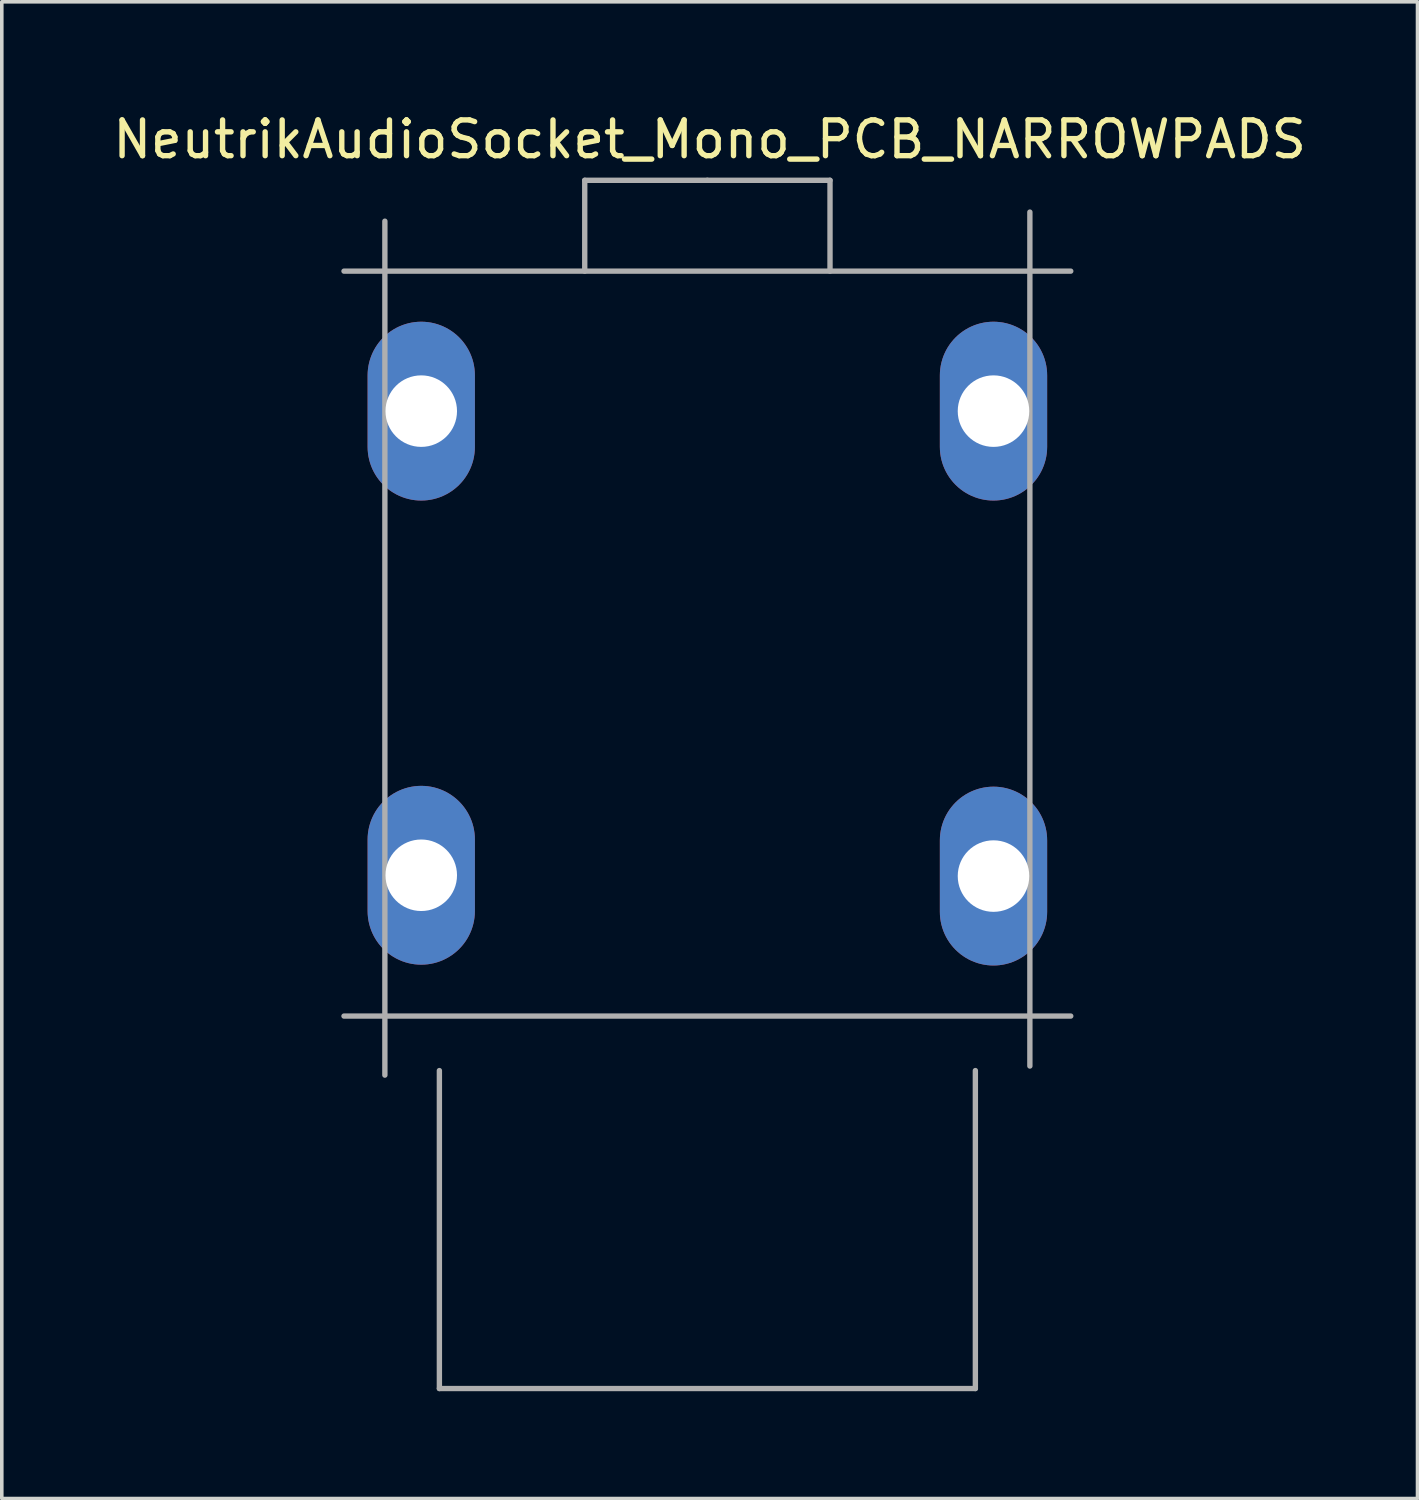
<source format=kicad_pcb>
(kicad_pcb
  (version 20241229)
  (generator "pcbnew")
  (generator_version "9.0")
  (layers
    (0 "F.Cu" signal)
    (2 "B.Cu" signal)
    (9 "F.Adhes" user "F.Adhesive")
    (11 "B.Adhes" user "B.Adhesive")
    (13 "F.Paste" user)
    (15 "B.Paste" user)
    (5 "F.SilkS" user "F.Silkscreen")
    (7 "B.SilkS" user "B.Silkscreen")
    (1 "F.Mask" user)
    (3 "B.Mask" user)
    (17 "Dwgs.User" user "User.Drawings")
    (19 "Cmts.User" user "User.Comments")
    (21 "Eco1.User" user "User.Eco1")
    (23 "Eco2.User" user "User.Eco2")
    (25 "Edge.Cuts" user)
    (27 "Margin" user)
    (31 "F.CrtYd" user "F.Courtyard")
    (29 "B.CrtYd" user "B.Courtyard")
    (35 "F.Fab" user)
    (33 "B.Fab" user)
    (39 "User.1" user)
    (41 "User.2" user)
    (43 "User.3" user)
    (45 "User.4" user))
  (footprint "NeutrikAudioSocket_Mono_PCB_NARROWPADS"
    (layer "F.Cu")
    (at 16.728 14.945)
    (property "Reference" "NeutrikAudioSocket_Mono_PCB_NARROWPADS" (at 0.064 -14.097 180) (layer "F.SilkS") (effects (font (size 1 1) (thickness 0.15))))
    (attr through_hole)
    (fp_line (start -10.16 -10.414) (end 10.16 -10.414) (stroke (width 0.15) (type solid)) (layer "F.Fab"))
    (fp_line (start -10.16 10.414) (end 10.16 10.414) (stroke (width 0.15) (type solid)) (layer "F.Fab"))
    (fp_line (start -9.017 -11.811) (end -9.017 12.065) (stroke (width 0.15) (type solid)) (layer "F.Fab"))
    (fp_line (start -7.493 11.938) (end -7.493 20.828) (stroke (width 0.15) (type solid)) (layer "F.Fab"))
    (fp_line (start -7.493 20.828) (end 7.493 20.828) (stroke (width 0.15) (type solid)) (layer "F.Fab"))
    (fp_line (start -3.429 -12.954) (end -3.429 -10.414) (stroke (width 0.15) (type solid)) (layer "F.Fab"))
    (fp_line (start 0 -12.954) (end -3.429 -12.954) (stroke (width 0.15) (type solid)) (layer "F.Fab"))
    (fp_line (start 0 -12.954) (end 3.429 -12.954) (stroke (width 0.15) (type solid)) (layer "F.Fab"))
    (fp_line (start 3.429 -12.954) (end 3.429 -10.414) (stroke (width 0.15) (type solid)) (layer "F.Fab"))
    (fp_line (start 7.493 20.828) (end 7.493 11.938) (stroke (width 0.15) (type solid)) (layer "F.Fab"))
    (fp_line (start 9.017 -12.065) (end 9.017 11.811) (stroke (width 0.15) (type solid)) (layer "F.Fab"))
    (pad "1" thru_hole oval (at 8 -6.5) (size 3 5) (drill 2) (layers "*.Cu" "*.Mask"))
    (pad "2" thru_hole oval (at -8 -6.5) (size 3 5) (drill 2) (layers "*.Cu" "*.Mask"))
    (pad "3" thru_hole oval (at -8 6.477) (size 3 5) (drill 2) (layers "*.Cu" "*.Mask"))
    (pad "4" thru_hole oval (at 8 6.5) (size 3 5) (drill 2) (layers "*.Cu" "*.Mask")))
  (gr_rect
    (start -3 -3)
    (end 36.583 38.848)
    (stroke (width 0.1) (type default))
    (fill no)
    (layer "Edge.Cuts")))
</source>
